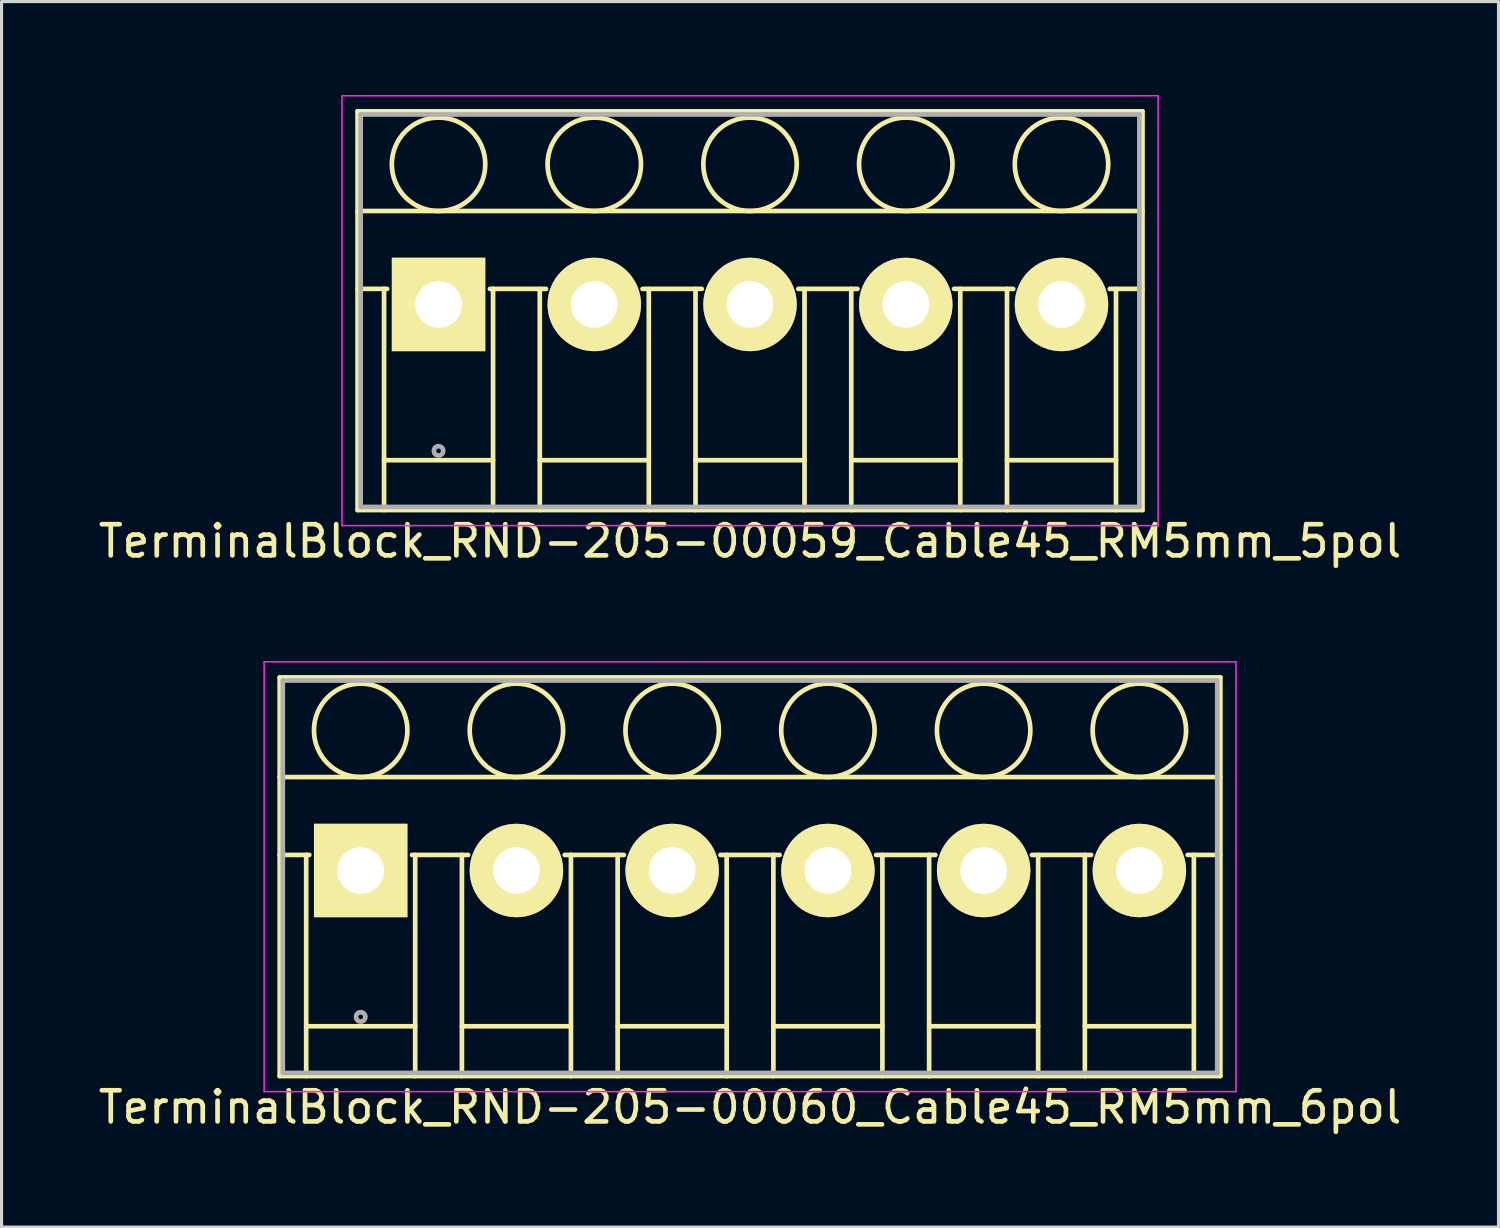
<source format=kicad_pcb>
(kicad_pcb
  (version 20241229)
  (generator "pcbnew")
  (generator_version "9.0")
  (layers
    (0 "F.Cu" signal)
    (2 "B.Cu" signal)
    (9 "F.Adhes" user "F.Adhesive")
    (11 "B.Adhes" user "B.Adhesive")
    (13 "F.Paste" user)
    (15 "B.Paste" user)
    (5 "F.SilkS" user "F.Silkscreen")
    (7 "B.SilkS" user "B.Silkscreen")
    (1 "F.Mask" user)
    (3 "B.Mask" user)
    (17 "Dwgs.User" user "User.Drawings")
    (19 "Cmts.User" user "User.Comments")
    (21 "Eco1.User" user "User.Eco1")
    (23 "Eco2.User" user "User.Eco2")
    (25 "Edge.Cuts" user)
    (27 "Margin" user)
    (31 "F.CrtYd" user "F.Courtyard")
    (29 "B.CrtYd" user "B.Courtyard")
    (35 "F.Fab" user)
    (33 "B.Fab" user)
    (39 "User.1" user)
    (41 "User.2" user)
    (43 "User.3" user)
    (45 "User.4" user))
  (footprint "TerminalBlock_RND-205-00060_Cable45_RM5mm_6pol"
    (layer "F.Cu")
    (at 8.53 24.898)
    (property "Reference" "TerminalBlock_RND-205-00060_Cable45_RM5mm_6pol" (at 12.5 7.6 0) (layer "F.SilkS") (effects (font (size 1 1) (thickness 0.15))))
    (attr through_hole)
    (fp_line (start -2.6 -6.2) (end 27.6 -6.2) (stroke (width 0.15) (type solid)) (layer "F.SilkS"))
    (fp_line (start -2.6 -3) (end 27.6 -3) (stroke (width 0.15) (type solid)) (layer "F.SilkS"))
    (fp_line (start -2.6 -0.5) (end -1.65 -0.5) (stroke (width 0.15) (type solid)) (layer "F.SilkS"))
    (fp_line (start -2.6 6.6) (end -2.6 -6.2) (stroke (width 0.15) (type solid)) (layer "F.SilkS"))
    (fp_line (start -1.75 -0.5) (end -1.75 6.6) (stroke (width 0.15) (type solid)) (layer "F.SilkS"))
    (fp_line (start -1.75 5) (end 1.75 5) (stroke (width 0.15) (type solid)) (layer "F.SilkS"))
    (fp_line (start 1.65 -0.5) (end 3.45 -0.5) (stroke (width 0.15) (type solid)) (layer "F.SilkS"))
    (fp_line (start 1.75 6.6) (end 1.75 -0.5) (stroke (width 0.15) (type solid)) (layer "F.SilkS"))
    (fp_line (start 3.25 -0.5) (end 3.25 6.6) (stroke (width 0.15) (type solid)) (layer "F.SilkS"))
    (fp_line (start 3.25 5) (end 6.75 5) (stroke (width 0.15) (type solid)) (layer "F.SilkS"))
    (fp_line (start 6.55 -0.5) (end 8.45 -0.5) (stroke (width 0.15) (type solid)) (layer "F.SilkS"))
    (fp_line (start 6.75 6.6) (end 6.75 -0.5) (stroke (width 0.15) (type solid)) (layer "F.SilkS"))
    (fp_line (start 8.25 -0.5) (end 8.25 6.6) (stroke (width 0.15) (type solid)) (layer "F.SilkS"))
    (fp_line (start 8.25 5) (end 11.75 5) (stroke (width 0.15) (type solid)) (layer "F.SilkS"))
    (fp_line (start 11.55 -0.5) (end 13.45 -0.5) (stroke (width 0.15) (type solid)) (layer "F.SilkS"))
    (fp_line (start 11.75 6.6) (end 11.75 -0.5) (stroke (width 0.15) (type solid)) (layer "F.SilkS"))
    (fp_line (start 13.25 -0.5) (end 13.25 6.6) (stroke (width 0.15) (type solid)) (layer "F.SilkS"))
    (fp_line (start 13.25 5) (end 16.75 5) (stroke (width 0.15) (type solid)) (layer "F.SilkS"))
    (fp_line (start 16.55 -0.5) (end 18.45 -0.5) (stroke (width 0.15) (type solid)) (layer "F.SilkS"))
    (fp_line (start 16.75 6.6) (end 16.75 -0.5) (stroke (width 0.15) (type solid)) (layer "F.SilkS"))
    (fp_line (start 18.25 -0.5) (end 18.25 6.6) (stroke (width 0.15) (type solid)) (layer "F.SilkS"))
    (fp_line (start 18.25 5) (end 21.75 5) (stroke (width 0.15) (type solid)) (layer "F.SilkS"))
    (fp_line (start 21.55 -0.5) (end 23.45 -0.5) (stroke (width 0.15) (type solid)) (layer "F.SilkS"))
    (fp_line (start 21.75 6.6) (end 21.75 -0.5) (stroke (width 0.15) (type solid)) (layer "F.SilkS"))
    (fp_line (start 23.25 -0.5) (end 23.25 6.6) (stroke (width 0.15) (type solid)) (layer "F.SilkS"))
    (fp_line (start 23.25 5) (end 26.75 5) (stroke (width 0.15) (type solid)) (layer "F.SilkS"))
    (fp_line (start 26.55 -0.5) (end 27.6 -0.5) (stroke (width 0.15) (type solid)) (layer "F.SilkS"))
    (fp_line (start 26.75 6.6) (end 26.75 -0.5) (stroke (width 0.15) (type solid)) (layer "F.SilkS"))
    (fp_line (start 27.6 -6.2) (end 27.6 6.6) (stroke (width 0.15) (type solid)) (layer "F.SilkS"))
    (fp_line (start 27.6 6.6) (end -2.6 6.6) (stroke (width 0.15) (type solid)) (layer "F.SilkS"))
    (fp_circle (center 0 -4.5) (end -1.5 -4.5) (stroke (width 0.15) (type solid)) (fill no) (layer "F.SilkS"))
    (fp_circle (center 5 -4.5) (end 3.5 -4.5) (stroke (width 0.15) (type solid)) (fill no) (layer "F.SilkS"))
    (fp_circle (center 10 -4.5) (end 8.5 -4.5) (stroke (width 0.15) (type solid)) (fill no) (layer "F.SilkS"))
    (fp_circle (center 15 -4.5) (end 13.5 -4.5) (stroke (width 0.15) (type solid)) (fill no) (layer "F.SilkS"))
    (fp_circle (center 20 -4.5) (end 18.5 -4.5) (stroke (width 0.15) (type solid)) (fill no) (layer "F.SilkS"))
    (fp_circle (center 25 -4.5) (end 23.5 -4.5) (stroke (width 0.15) (type solid)) (fill no) (layer "F.SilkS"))
    (fp_line (start -3.1 -6.7) (end 28.1 -6.7) (stroke (width 0.05) (type solid)) (layer "F.CrtYd"))
    (fp_line (start -3.1 7.1) (end -3.1 -6.7) (stroke (width 0.05) (type solid)) (layer "F.CrtYd"))
    (fp_line (start 28.1 -6.7) (end 28.1 7.1) (stroke (width 0.05) (type solid)) (layer "F.CrtYd"))
    (fp_line (start 28.1 7.1) (end -3.1 7.1) (stroke (width 0.05) (type solid)) (layer "F.CrtYd"))
    (fp_line (start -2.5 -6.1) (end 27.5 -6.1) (stroke (width 0.15) (type solid)) (layer "F.Fab"))
    (fp_line (start -2.5 6.5) (end -2.5 -6.1) (stroke (width 0.15) (type solid)) (layer "F.Fab"))
    (fp_line (start 27.5 -6.1) (end 27.5 6.5) (stroke (width 0.15) (type solid)) (layer "F.Fab"))
    (fp_line (start 27.5 6.5) (end -2.5 6.5) (stroke (width 0.15) (type solid)) (layer "F.Fab"))
    (fp_circle (center 0 4.7) (end -0.15 4.7) (stroke (width 0.15) (type solid)) (fill no) (layer "F.Fab"))
    (pad "1" thru_hole rect (at 0 0) (size 3 3) (drill 1.5) (layers "*.Cu" "*.Mask" "F.SilkS"))
    (pad "2" thru_hole circle (at 5 0) (size 3 3) (drill 1.5) (layers "*.Cu" "*.Mask" "F.SilkS"))
    (pad "3" thru_hole circle (at 10 0) (size 3 3) (drill 1.5) (layers "*.Cu" "*.Mask" "F.SilkS"))
    (pad "4" thru_hole circle (at 15 0) (size 3 3) (drill 1.5) (layers "*.Cu" "*.Mask" "F.SilkS"))
    (pad "5" thru_hole circle (at 20 0) (size 3 3) (drill 1.5) (layers "*.Cu" "*.Mask" "F.SilkS"))
    (pad "6" thru_hole circle (at 25 0) (size 3 3) (drill 1.5) (layers "*.Cu" "*.Mask" "F.SilkS")))
  (footprint "TerminalBlock_RND-205-00059_Cable45_RM5mm_5pol"
    (layer "F.Cu")
    (at 11.03 6.725)
    (property "Reference" "TerminalBlock_RND-205-00059_Cable45_RM5mm_5pol" (at 10 7.6 0) (layer "F.SilkS") (effects (font (size 1 1) (thickness 0.15))))
    (attr through_hole)
    (fp_line (start -2.6 -6.2) (end 22.6 -6.2) (stroke (width 0.15) (type solid)) (layer "F.SilkS"))
    (fp_line (start -2.6 -3) (end 22.6 -3) (stroke (width 0.15) (type solid)) (layer "F.SilkS"))
    (fp_line (start -2.6 -0.5) (end -1.65 -0.5) (stroke (width 0.15) (type solid)) (layer "F.SilkS"))
    (fp_line (start -2.6 6.6) (end -2.6 -6.2) (stroke (width 0.15) (type solid)) (layer "F.SilkS"))
    (fp_line (start -1.75 -0.5) (end -1.75 6.6) (stroke (width 0.15) (type solid)) (layer "F.SilkS"))
    (fp_line (start -1.75 5) (end 1.75 5) (stroke (width 0.15) (type solid)) (layer "F.SilkS"))
    (fp_line (start 1.65 -0.5) (end 3.45 -0.5) (stroke (width 0.15) (type solid)) (layer "F.SilkS"))
    (fp_line (start 1.75 6.6) (end 1.75 -0.5) (stroke (width 0.15) (type solid)) (layer "F.SilkS"))
    (fp_line (start 3.25 -0.5) (end 3.25 6.6) (stroke (width 0.15) (type solid)) (layer "F.SilkS"))
    (fp_line (start 3.25 5) (end 6.75 5) (stroke (width 0.15) (type solid)) (layer "F.SilkS"))
    (fp_line (start 6.55 -0.5) (end 8.45 -0.5) (stroke (width 0.15) (type solid)) (layer "F.SilkS"))
    (fp_line (start 6.75 6.6) (end 6.75 -0.5) (stroke (width 0.15) (type solid)) (layer "F.SilkS"))
    (fp_line (start 8.25 -0.5) (end 8.25 6.6) (stroke (width 0.15) (type solid)) (layer "F.SilkS"))
    (fp_line (start 8.25 5) (end 11.75 5) (stroke (width 0.15) (type solid)) (layer "F.SilkS"))
    (fp_line (start 11.55 -0.5) (end 13.45 -0.5) (stroke (width 0.15) (type solid)) (layer "F.SilkS"))
    (fp_line (start 11.75 6.6) (end 11.75 -0.5) (stroke (width 0.15) (type solid)) (layer "F.SilkS"))
    (fp_line (start 13.25 -0.5) (end 13.25 6.6) (stroke (width 0.15) (type solid)) (layer "F.SilkS"))
    (fp_line (start 13.25 5) (end 16.75 5) (stroke (width 0.15) (type solid)) (layer "F.SilkS"))
    (fp_line (start 16.55 -0.5) (end 18.45 -0.5) (stroke (width 0.15) (type solid)) (layer "F.SilkS"))
    (fp_line (start 16.75 6.6) (end 16.75 -0.5) (stroke (width 0.15) (type solid)) (layer "F.SilkS"))
    (fp_line (start 18.25 -0.5) (end 18.25 6.6) (stroke (width 0.15) (type solid)) (layer "F.SilkS"))
    (fp_line (start 18.25 5) (end 21.75 5) (stroke (width 0.15) (type solid)) (layer "F.SilkS"))
    (fp_line (start 21.55 -0.5) (end 22.6 -0.5) (stroke (width 0.15) (type solid)) (layer "F.SilkS"))
    (fp_line (start 21.75 6.6) (end 21.75 -0.5) (stroke (width 0.15) (type solid)) (layer "F.SilkS"))
    (fp_line (start 22.6 -6.2) (end 22.6 6.6) (stroke (width 0.15) (type solid)) (layer "F.SilkS"))
    (fp_line (start 22.6 6.6) (end -2.6 6.6) (stroke (width 0.15) (type solid)) (layer "F.SilkS"))
    (fp_circle (center 0 -4.5) (end -1.5 -4.5) (stroke (width 0.15) (type solid)) (fill no) (layer "F.SilkS"))
    (fp_circle (center 5 -4.5) (end 3.5 -4.5) (stroke (width 0.15) (type solid)) (fill no) (layer "F.SilkS"))
    (fp_circle (center 10 -4.5) (end 8.5 -4.5) (stroke (width 0.15) (type solid)) (fill no) (layer "F.SilkS"))
    (fp_circle (center 15 -4.5) (end 13.5 -4.5) (stroke (width 0.15) (type solid)) (fill no) (layer "F.SilkS"))
    (fp_circle (center 20 -4.5) (end 18.5 -4.5) (stroke (width 0.15) (type solid)) (fill no) (layer "F.SilkS"))
    (fp_line (start -3.1 -6.7) (end 23.1 -6.7) (stroke (width 0.05) (type solid)) (layer "F.CrtYd"))
    (fp_line (start -3.1 7.1) (end -3.1 -6.7) (stroke (width 0.05) (type solid)) (layer "F.CrtYd"))
    (fp_line (start 23.1 -6.7) (end 23.1 7.1) (stroke (width 0.05) (type solid)) (layer "F.CrtYd"))
    (fp_line (start 23.1 7.1) (end -3.1 7.1) (stroke (width 0.05) (type solid)) (layer "F.CrtYd"))
    (fp_line (start -2.5 -6.1) (end 22.5 -6.1) (stroke (width 0.15) (type solid)) (layer "F.Fab"))
    (fp_line (start -2.5 6.5) (end -2.5 -6.1) (stroke (width 0.15) (type solid)) (layer "F.Fab"))
    (fp_line (start 22.5 -6.1) (end 22.5 6.5) (stroke (width 0.15) (type solid)) (layer "F.Fab"))
    (fp_line (start 22.5 6.5) (end -2.5 6.5) (stroke (width 0.15) (type solid)) (layer "F.Fab"))
    (fp_circle (center 0 4.7) (end -0.15 4.7) (stroke (width 0.15) (type solid)) (fill no) (layer "F.Fab"))
    (pad "1" thru_hole rect (at 0 0) (size 3 3) (drill 1.5) (layers "*.Cu" "*.Mask" "F.SilkS"))
    (pad "2" thru_hole circle (at 5 0) (size 3 3) (drill 1.5) (layers "*.Cu" "*.Mask" "F.SilkS"))
    (pad "3" thru_hole circle (at 10 0) (size 3 3) (drill 1.5) (layers "*.Cu" "*.Mask" "F.SilkS"))
    (pad "4" thru_hole circle (at 15 0) (size 3 3) (drill 1.5) (layers "*.Cu" "*.Mask" "F.SilkS"))
    (pad "5" thru_hole circle (at 20 0) (size 3 3) (drill 1.5) (layers "*.Cu" "*.Mask" "F.SilkS")))
  (gr_rect
    (start -3 -3)
    (end 45.06 36.346)
    (stroke (width 0.1) (type default))
    (fill no)
    (layer "Edge.Cuts")))
</source>
